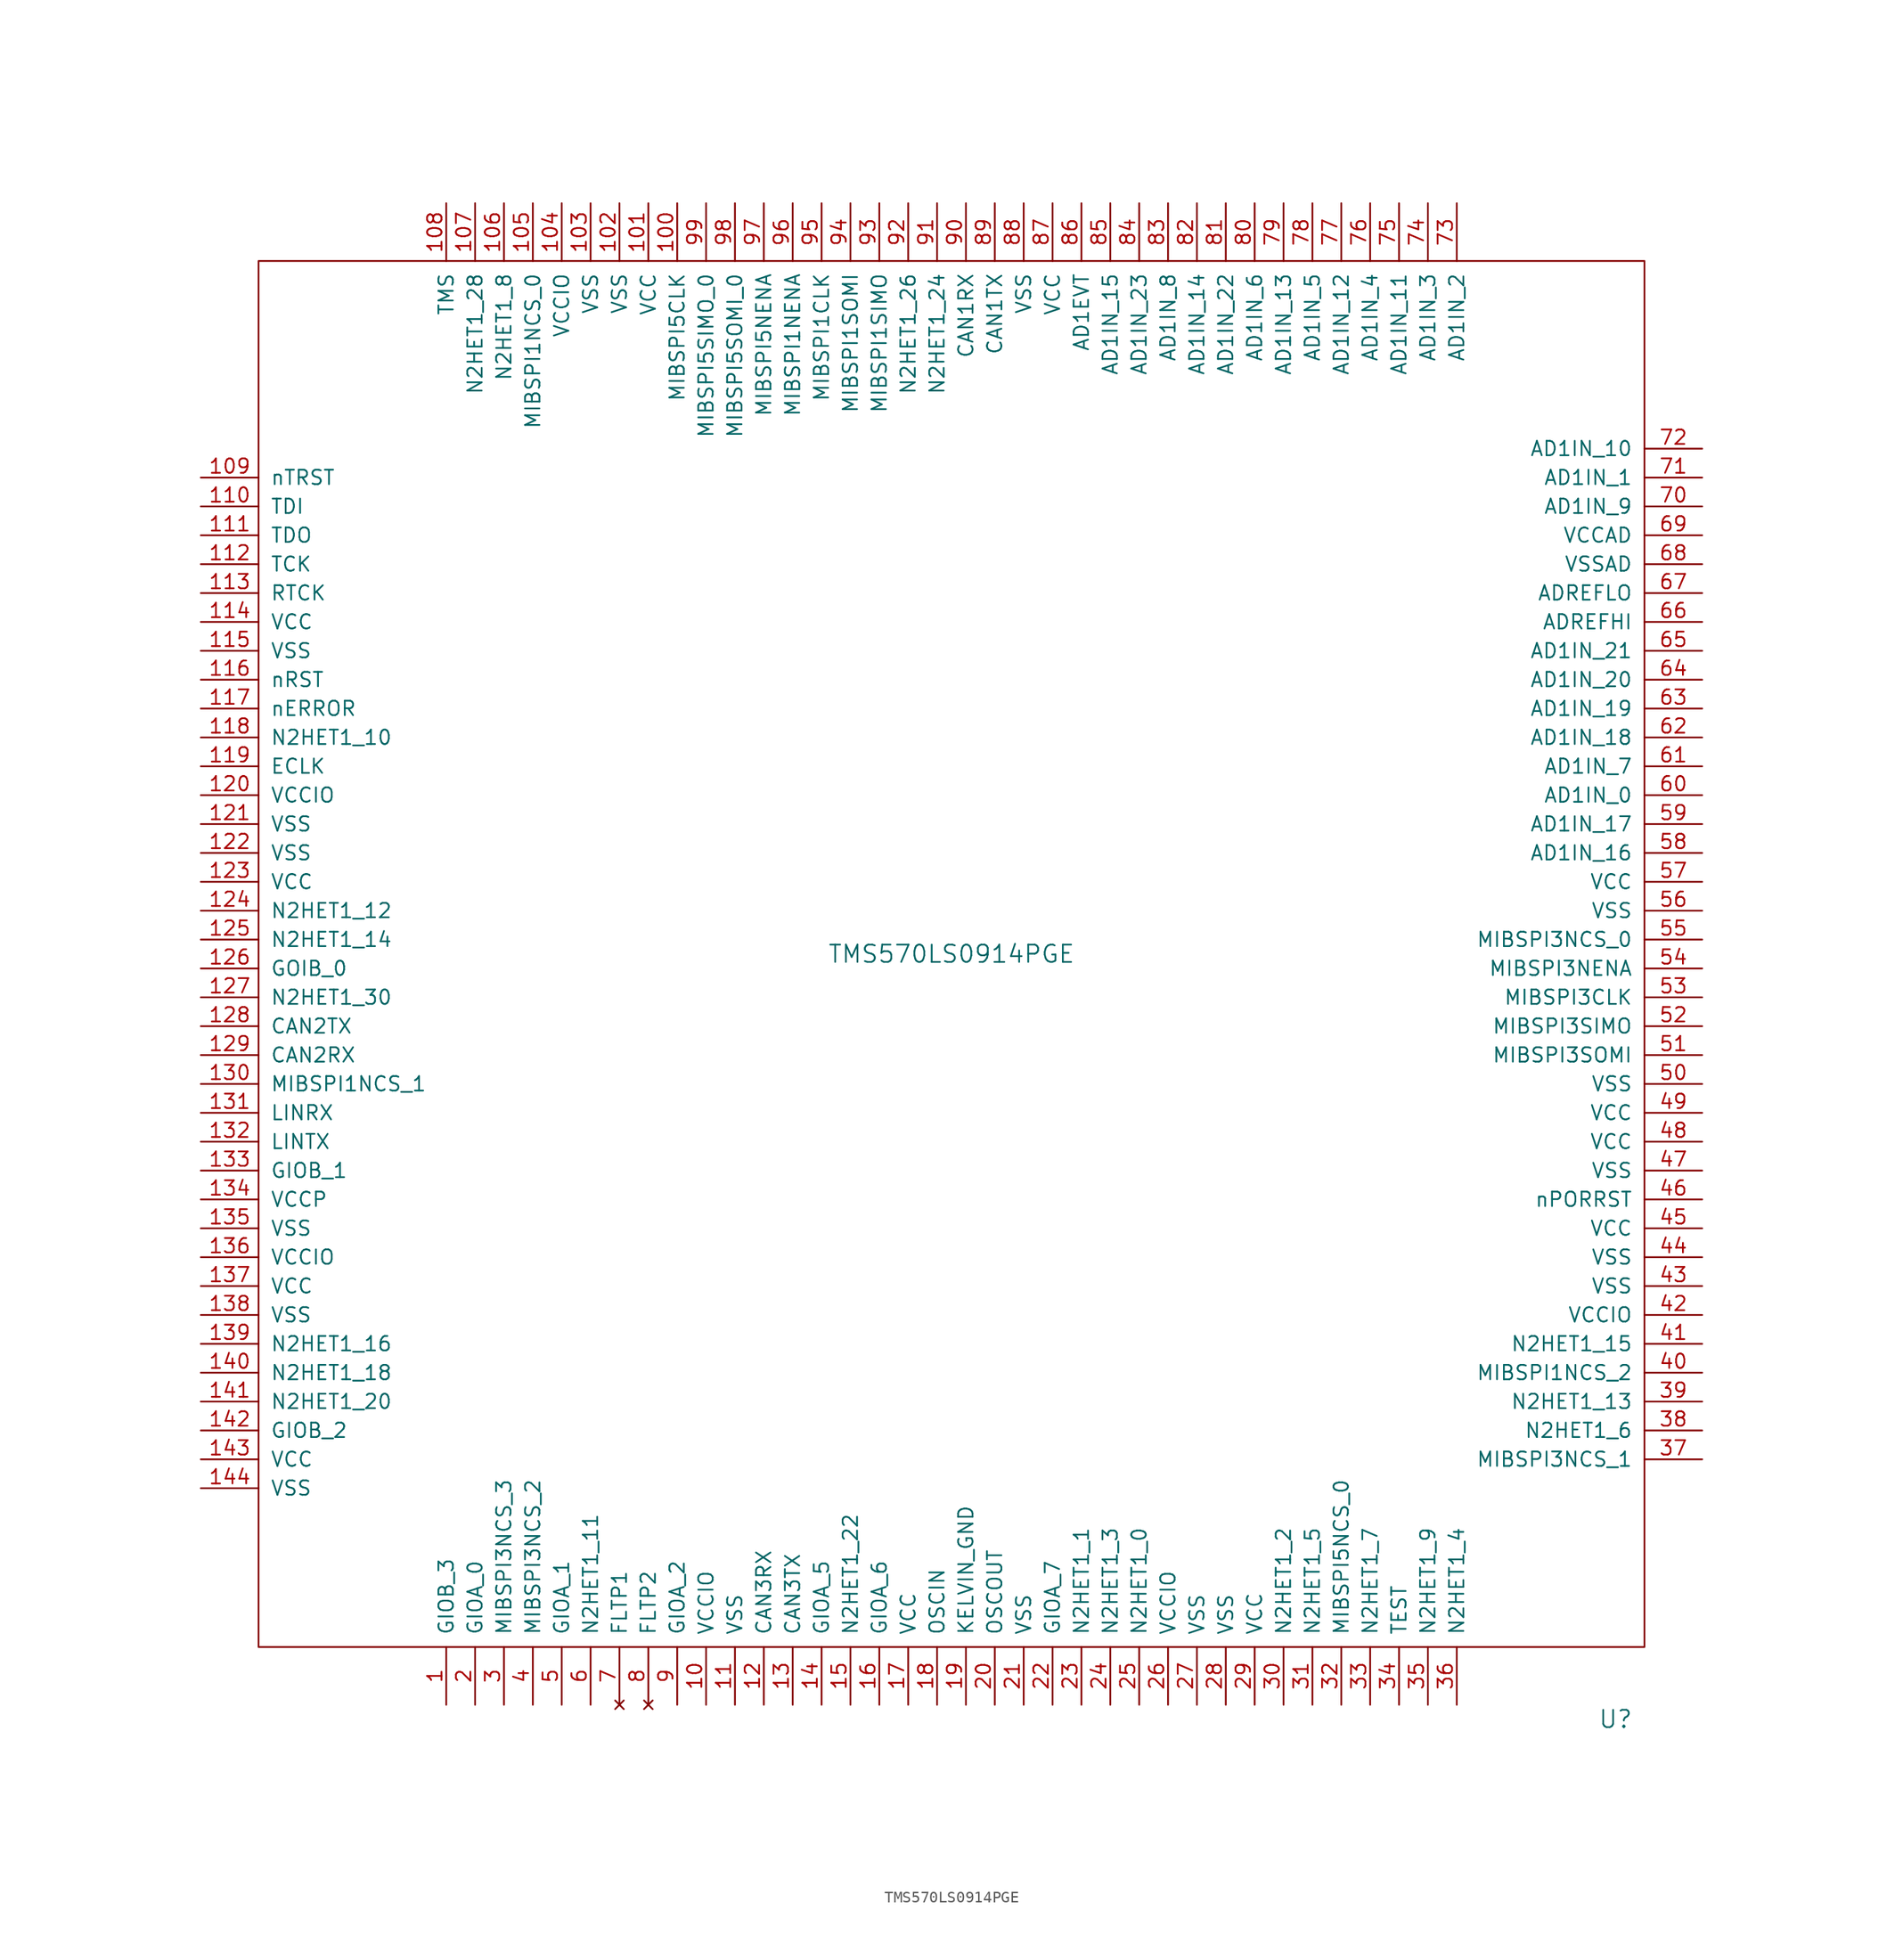
<source format=kicad_sym>
(kicad_symbol_lib
  (version 20220914)
  (generator kicad_symbol_editor)
  (symbol "TMS570LS0914PGE"
    (pin_names
      (offset 1.016))
    (property "Reference" "U"
      (at 58.42 -67.31 0)
      (effects (font (size 1.524 1.524))))
    (property "Value" "TMS570LS0914PGE"
      (at 0 0 0)
      (effects (font (size 1.524 1.524))))
    (symbol "TMS570LS0914PGE_0_1"
      (rectangle (start -60.96 -60.96) (end 60.96 60.96) (stroke (width 0) (type solid)) (fill (type none))))
    (symbol "TMS570LS0914PGE_1_1"
      (pin bidirectional line (at -44.45 -66.04 90) (length 5.08) (name "GIOB_3" (effects (font (size 1.27 1.27)))) (number "1" (effects (font (size 1.27 1.27)))))
      (pin power_in line (at -21.59 -66.04 90) (length 5.08) (name "VCCIO" (effects (font (size 1.27 1.27)))) (number "10" (effects (font (size 1.27 1.27)))))
      (pin bidirectional line (at -24.13 66.04 270) (length 5.08) (name "MIBSPI5CLK" (effects (font (size 1.27 1.27)))) (number "100" (effects (font (size 1.27 1.27)))))
      (pin input line (at -26.67 66.04 270) (length 5.08) (name "VCC" (effects (font (size 1.27 1.27)))) (number "101" (effects (font (size 1.27 1.27)))))
      (pin input line (at -29.21 66.04 270) (length 5.08) (name "VSS" (effects (font (size 1.27 1.27)))) (number "102" (effects (font (size 1.27 1.27)))))
      (pin input line (at -31.75 66.04 270) (length 5.08) (name "VSS" (effects (font (size 1.27 1.27)))) (number "103" (effects (font (size 1.27 1.27)))))
      (pin input line (at -34.29 66.04 270) (length 5.08) (name "VCCIO" (effects (font (size 1.27 1.27)))) (number "104" (effects (font (size 1.27 1.27)))))
      (pin bidirectional line (at -36.83 66.04 270) (length 5.08) (name "MIBSPI1NCS_0" (effects (font (size 1.27 1.27)))) (number "105" (effects (font (size 1.27 1.27)))))
      (pin bidirectional line (at -39.37 66.04 270) (length 5.08) (name "N2HET1_8" (effects (font (size 1.27 1.27)))) (number "106" (effects (font (size 1.27 1.27)))))
      (pin bidirectional line (at -41.91 66.04 270) (length 5.08) (name "N2HET1_28" (effects (font (size 1.27 1.27)))) (number "107" (effects (font (size 1.27 1.27)))))
      (pin input line (at -44.45 66.04 270) (length 5.08) (name "TMS" (effects (font (size 1.27 1.27)))) (number "108" (effects (font (size 1.27 1.27)))))
      (pin input line (at -66.04 41.91 0) (length 5.08) (name "nTRST" (effects (font (size 1.27 1.27)))) (number "109" (effects (font (size 1.27 1.27)))))
      (pin passive line (at -19.05 -66.04 90) (length 5.08) (name "VSS" (effects (font (size 1.27 1.27)))) (number "11" (effects (font (size 1.27 1.27)))))
      (pin input line (at -66.04 39.37 0) (length 5.08) (name "TDI" (effects (font (size 1.27 1.27)))) (number "110" (effects (font (size 1.27 1.27)))))
      (pin output line (at -66.04 36.83 0) (length 5.08) (name "TDO" (effects (font (size 1.27 1.27)))) (number "111" (effects (font (size 1.27 1.27)))))
      (pin input line (at -66.04 34.29 0) (length 5.08) (name "TCK" (effects (font (size 1.27 1.27)))) (number "112" (effects (font (size 1.27 1.27)))))
      (pin output line (at -66.04 31.75 0) (length 5.08) (name "RTCK" (effects (font (size 1.27 1.27)))) (number "113" (effects (font (size 1.27 1.27)))))
      (pin input line (at -66.04 29.21 0) (length 5.08) (name "VCC" (effects (font (size 1.27 1.27)))) (number "114" (effects (font (size 1.27 1.27)))))
      (pin input line (at -66.04 26.67 0) (length 5.08) (name "VSS" (effects (font (size 1.27 1.27)))) (number "115" (effects (font (size 1.27 1.27)))))
      (pin input line (at -66.04 24.13 0) (length 5.08) (name "nRST" (effects (font (size 1.27 1.27)))) (number "116" (effects (font (size 1.27 1.27)))))
      (pin open_collector line (at -66.04 21.59 0) (length 5.08) (name "nERROR" (effects (font (size 1.27 1.27)))) (number "117" (effects (font (size 1.27 1.27)))))
      (pin bidirectional line (at -66.04 19.05 0) (length 5.08) (name "N2HET1_10" (effects (font (size 1.27 1.27)))) (number "118" (effects (font (size 1.27 1.27)))))
      (pin input line (at -66.04 16.51 0) (length 5.08) (name "ECLK" (effects (font (size 1.27 1.27)))) (number "119" (effects (font (size 1.27 1.27)))))
      (pin input line (at -16.51 -66.04 90) (length 5.08) (name "CAN3RX" (effects (font (size 1.27 1.27)))) (number "12" (effects (font (size 1.27 1.27)))))
      (pin input line (at -66.04 13.97 0) (length 5.08) (name "VCCIO" (effects (font (size 1.27 1.27)))) (number "120" (effects (font (size 1.27 1.27)))))
      (pin input line (at -66.04 11.43 0) (length 5.08) (name "VSS" (effects (font (size 1.27 1.27)))) (number "121" (effects (font (size 1.27 1.27)))))
      (pin input line (at -66.04 8.89 0) (length 5.08) (name "VSS" (effects (font (size 1.27 1.27)))) (number "122" (effects (font (size 1.27 1.27)))))
      (pin input line (at -66.04 6.35 0) (length 5.08) (name "VCC" (effects (font (size 1.27 1.27)))) (number "123" (effects (font (size 1.27 1.27)))))
      (pin bidirectional line (at -66.04 3.81 0) (length 5.08) (name "N2HET1_12" (effects (font (size 1.27 1.27)))) (number "124" (effects (font (size 1.27 1.27)))))
      (pin bidirectional line (at -66.04 1.27 0) (length 5.08) (name "N2HET1_14" (effects (font (size 1.27 1.27)))) (number "125" (effects (font (size 1.27 1.27)))))
      (pin bidirectional line (at -66.04 -1.27 0) (length 5.08) (name "GOIB_0" (effects (font (size 1.27 1.27)))) (number "126" (effects (font (size 1.27 1.27)))))
      (pin bidirectional line (at -66.04 -3.81 0) (length 5.08) (name "N2HET1_30" (effects (font (size 1.27 1.27)))) (number "127" (effects (font (size 1.27 1.27)))))
      (pin output line (at -66.04 -6.35 0) (length 5.08) (name "CAN2TX" (effects (font (size 1.27 1.27)))) (number "128" (effects (font (size 1.27 1.27)))))
      (pin input line (at -66.04 -8.89 0) (length 5.08) (name "CAN2RX" (effects (font (size 1.27 1.27)))) (number "129" (effects (font (size 1.27 1.27)))))
      (pin output line (at -13.97 -66.04 90) (length 5.08) (name "CAN3TX" (effects (font (size 1.27 1.27)))) (number "13" (effects (font (size 1.27 1.27)))))
      (pin bidirectional line (at -66.04 -11.43 0) (length 5.08) (name "MIBSPI1NCS_1" (effects (font (size 1.27 1.27)))) (number "130" (effects (font (size 1.27 1.27)))))
      (pin input line (at -66.04 -13.97 0) (length 5.08) (name "LINRX" (effects (font (size 1.27 1.27)))) (number "131" (effects (font (size 1.27 1.27)))))
      (pin output line (at -66.04 -16.51 0) (length 5.08) (name "LINTX" (effects (font (size 1.27 1.27)))) (number "132" (effects (font (size 1.27 1.27)))))
      (pin bidirectional line (at -66.04 -19.05 0) (length 5.08) (name "GIOB_1" (effects (font (size 1.27 1.27)))) (number "133" (effects (font (size 1.27 1.27)))))
      (pin input line (at -66.04 -21.59 0) (length 5.08) (name "VCCP" (effects (font (size 1.27 1.27)))) (number "134" (effects (font (size 1.27 1.27)))))
      (pin input line (at -66.04 -24.13 0) (length 5.08) (name "VSS" (effects (font (size 1.27 1.27)))) (number "135" (effects (font (size 1.27 1.27)))))
      (pin input line (at -66.04 -26.67 0) (length 5.08) (name "VCCIO" (effects (font (size 1.27 1.27)))) (number "136" (effects (font (size 1.27 1.27)))))
      (pin input line (at -66.04 -29.21 0) (length 5.08) (name "VCC" (effects (font (size 1.27 1.27)))) (number "137" (effects (font (size 1.27 1.27)))))
      (pin input line (at -66.04 -31.75 0) (length 5.08) (name "VSS" (effects (font (size 1.27 1.27)))) (number "138" (effects (font (size 1.27 1.27)))))
      (pin bidirectional line (at -66.04 -34.29 0) (length 5.08) (name "N2HET1_16" (effects (font (size 1.27 1.27)))) (number "139" (effects (font (size 1.27 1.27)))))
      (pin bidirectional line (at -11.43 -66.04 90) (length 5.08) (name "GIOA_5" (effects (font (size 1.27 1.27)))) (number "14" (effects (font (size 1.27 1.27)))))
      (pin bidirectional line (at -66.04 -36.83 0) (length 5.08) (name "N2HET1_18" (effects (font (size 1.27 1.27)))) (number "140" (effects (font (size 1.27 1.27)))))
      (pin bidirectional line (at -66.04 -39.37 0) (length 5.08) (name "N2HET1_20" (effects (font (size 1.27 1.27)))) (number "141" (effects (font (size 1.27 1.27)))))
      (pin bidirectional line (at -66.04 -41.91 0) (length 5.08) (name "GIOB_2" (effects (font (size 1.27 1.27)))) (number "142" (effects (font (size 1.27 1.27)))))
      (pin input line (at -66.04 -44.45 0) (length 5.08) (name "VCC" (effects (font (size 1.27 1.27)))) (number "143" (effects (font (size 1.27 1.27)))))
      (pin input line (at -66.04 -46.99 0) (length 5.08) (name "VSS" (effects (font (size 1.27 1.27)))) (number "144" (effects (font (size 1.27 1.27)))))
      (pin bidirectional line (at -8.89 -66.04 90) (length 5.08) (name "N2HET1_22" (effects (font (size 1.27 1.27)))) (number "15" (effects (font (size 1.27 1.27)))))
      (pin bidirectional line (at -6.35 -66.04 90) (length 5.08) (name "GIOA_6" (effects (font (size 1.27 1.27)))) (number "16" (effects (font (size 1.27 1.27)))))
      (pin power_in line (at -3.81 -66.04 90) (length 5.08) (name "VCC" (effects (font (size 1.27 1.27)))) (number "17" (effects (font (size 1.27 1.27)))))
      (pin passive line (at -1.27 -66.04 90) (length 5.08) (name "OSCIN" (effects (font (size 1.27 1.27)))) (number "18" (effects (font (size 1.27 1.27)))))
      (pin passive line (at 1.27 -66.04 90) (length 5.08) (name "KELVIN_GND" (effects (font (size 1.27 1.27)))) (number "19" (effects (font (size 1.27 1.27)))))
      (pin bidirectional line (at -41.91 -66.04 90) (length 5.08) (name "GIOA_0" (effects (font (size 1.27 1.27)))) (number "2" (effects (font (size 1.27 1.27)))))
      (pin passive line (at 3.81 -66.04 90) (length 5.08) (name "OSCOUT" (effects (font (size 1.27 1.27)))) (number "20" (effects (font (size 1.27 1.27)))))
      (pin passive line (at 6.35 -66.04 90) (length 5.08) (name "VSS" (effects (font (size 1.27 1.27)))) (number "21" (effects (font (size 1.27 1.27)))))
      (pin bidirectional line (at 8.89 -66.04 90) (length 5.08) (name "GIOA_7" (effects (font (size 1.27 1.27)))) (number "22" (effects (font (size 1.27 1.27)))))
      (pin bidirectional line (at 11.43 -66.04 90) (length 5.08) (name "N2HET1_1" (effects (font (size 1.27 1.27)))) (number "23" (effects (font (size 1.27 1.27)))))
      (pin bidirectional line (at 13.97 -66.04 90) (length 5.08) (name "N2HET1_3" (effects (font (size 1.27 1.27)))) (number "24" (effects (font (size 1.27 1.27)))))
      (pin bidirectional line (at 16.51 -66.04 90) (length 5.08) (name "N2HET1_0" (effects (font (size 1.27 1.27)))) (number "25" (effects (font (size 1.27 1.27)))))
      (pin power_in line (at 19.05 -66.04 90) (length 5.08) (name "VCCIO" (effects (font (size 1.27 1.27)))) (number "26" (effects (font (size 1.27 1.27)))))
      (pin passive line (at 21.59 -66.04 90) (length 5.08) (name "VSS" (effects (font (size 1.27 1.27)))) (number "27" (effects (font (size 1.27 1.27)))))
      (pin passive line (at 24.13 -66.04 90) (length 5.08) (name "VSS" (effects (font (size 1.27 1.27)))) (number "28" (effects (font (size 1.27 1.27)))))
      (pin power_in line (at 26.67 -66.04 90) (length 5.08) (name "VCC" (effects (font (size 1.27 1.27)))) (number "29" (effects (font (size 1.27 1.27)))))
      (pin bidirectional line (at -39.37 -66.04 90) (length 5.08) (name "MIBSPI3NCS_3" (effects (font (size 1.27 1.27)))) (number "3" (effects (font (size 1.27 1.27)))))
      (pin bidirectional line (at 29.21 -66.04 90) (length 5.08) (name "N2HET1_2" (effects (font (size 1.27 1.27)))) (number "30" (effects (font (size 1.27 1.27)))))
      (pin bidirectional line (at 31.75 -66.04 90) (length 5.08) (name "N2HET1_5" (effects (font (size 1.27 1.27)))) (number "31" (effects (font (size 1.27 1.27)))))
      (pin bidirectional line (at 34.29 -66.04 90) (length 5.08) (name "MIBSPI5NCS_0" (effects (font (size 1.27 1.27)))) (number "32" (effects (font (size 1.27 1.27)))))
      (pin bidirectional line (at 36.83 -66.04 90) (length 5.08) (name "N2HET1_7" (effects (font (size 1.27 1.27)))) (number "33" (effects (font (size 1.27 1.27)))))
      (pin input line (at 39.37 -66.04 90) (length 5.08) (name "TEST" (effects (font (size 1.27 1.27)))) (number "34" (effects (font (size 1.27 1.27)))))
      (pin bidirectional line (at 41.91 -66.04 90) (length 5.08) (name "N2HET1_9" (effects (font (size 1.27 1.27)))) (number "35" (effects (font (size 1.27 1.27)))))
      (pin bidirectional line (at 44.45 -66.04 90) (length 5.08) (name "N2HET1_4" (effects (font (size 1.27 1.27)))) (number "36" (effects (font (size 1.27 1.27)))))
      (pin bidirectional line (at 66.04 -44.45 180) (length 5.08) (name "MIBSPI3NCS_1" (effects (font (size 1.27 1.27)))) (number "37" (effects (font (size 1.27 1.27)))))
      (pin bidirectional line (at 66.04 -41.91 180) (length 5.08) (name "N2HET1_6" (effects (font (size 1.27 1.27)))) (number "38" (effects (font (size 1.27 1.27)))))
      (pin bidirectional line (at 66.04 -39.37 180) (length 5.08) (name "N2HET1_13" (effects (font (size 1.27 1.27)))) (number "39" (effects (font (size 1.27 1.27)))))
      (pin bidirectional line (at -36.83 -66.04 90) (length 5.08) (name "MIBSPI3NCS_2" (effects (font (size 1.27 1.27)))) (number "4" (effects (font (size 1.27 1.27)))))
      (pin bidirectional line (at 66.04 -36.83 180) (length 5.08) (name "MIBSPI1NCS_2" (effects (font (size 1.27 1.27)))) (number "40" (effects (font (size 1.27 1.27)))))
      (pin bidirectional line (at 66.04 -34.29 180) (length 5.08) (name "N2HET1_15" (effects (font (size 1.27 1.27)))) (number "41" (effects (font (size 1.27 1.27)))))
      (pin power_in line (at 66.04 -31.75 180) (length 5.08) (name "VCCIO" (effects (font (size 1.27 1.27)))) (number "42" (effects (font (size 1.27 1.27)))))
      (pin input line (at 66.04 -29.21 180) (length 5.08) (name "VSS" (effects (font (size 1.27 1.27)))) (number "43" (effects (font (size 1.27 1.27)))))
      (pin input line (at 66.04 -26.67 180) (length 5.08) (name "VSS" (effects (font (size 1.27 1.27)))) (number "44" (effects (font (size 1.27 1.27)))))
      (pin input line (at 66.04 -24.13 180) (length 5.08) (name "VCC" (effects (font (size 1.27 1.27)))) (number "45" (effects (font (size 1.27 1.27)))))
      (pin input line (at 66.04 -21.59 180) (length 5.08) (name "nPORRST" (effects (font (size 1.27 1.27)))) (number "46" (effects (font (size 1.27 1.27)))))
      (pin input line (at 66.04 -19.05 180) (length 5.08) (name "VSS" (effects (font (size 1.27 1.27)))) (number "47" (effects (font (size 1.27 1.27)))))
      (pin input line (at 66.04 -16.51 180) (length 5.08) (name "VCC" (effects (font (size 1.27 1.27)))) (number "48" (effects (font (size 1.27 1.27)))))
      (pin input line (at 66.04 -13.97 180) (length 5.08) (name "VCC" (effects (font (size 1.27 1.27)))) (number "49" (effects (font (size 1.27 1.27)))))
      (pin bidirectional line (at -34.29 -66.04 90) (length 5.08) (name "GIOA_1" (effects (font (size 1.27 1.27)))) (number "5" (effects (font (size 1.27 1.27)))))
      (pin input line (at 66.04 -11.43 180) (length 5.08) (name "VSS" (effects (font (size 1.27 1.27)))) (number "50" (effects (font (size 1.27 1.27)))))
      (pin bidirectional line (at 66.04 -8.89 180) (length 5.08) (name "MIBSPI3SOMI" (effects (font (size 1.27 1.27)))) (number "51" (effects (font (size 1.27 1.27)))))
      (pin bidirectional line (at 66.04 -6.35 180) (length 5.08) (name "MIBSPI3SIMO" (effects (font (size 1.27 1.27)))) (number "52" (effects (font (size 1.27 1.27)))))
      (pin bidirectional line (at 66.04 -3.81 180) (length 5.08) (name "MIBSPI3CLK" (effects (font (size 1.27 1.27)))) (number "53" (effects (font (size 1.27 1.27)))))
      (pin bidirectional line (at 66.04 -1.27 180) (length 5.08) (name "MIBSPI3NENA" (effects (font (size 1.27 1.27)))) (number "54" (effects (font (size 1.27 1.27)))))
      (pin bidirectional line (at 66.04 1.27 180) (length 5.08) (name "MIBSPI3NCS_0" (effects (font (size 1.27 1.27)))) (number "55" (effects (font (size 1.27 1.27)))))
      (pin input line (at 66.04 3.81 180) (length 5.08) (name "VSS" (effects (font (size 1.27 1.27)))) (number "56" (effects (font (size 1.27 1.27)))))
      (pin input line (at 66.04 6.35 180) (length 5.08) (name "VCC" (effects (font (size 1.27 1.27)))) (number "57" (effects (font (size 1.27 1.27)))))
      (pin bidirectional line (at 66.04 8.89 180) (length 5.08) (name "AD1IN_16" (effects (font (size 1.27 1.27)))) (number "58" (effects (font (size 1.27 1.27)))))
      (pin bidirectional line (at 66.04 11.43 180) (length 5.08) (name "AD1IN_17" (effects (font (size 1.27 1.27)))) (number "59" (effects (font (size 1.27 1.27)))))
      (pin bidirectional line (at -31.75 -66.04 90) (length 5.08) (name "N2HET1_11" (effects (font (size 1.27 1.27)))) (number "6" (effects (font (size 1.27 1.27)))))
      (pin bidirectional line (at 66.04 13.97 180) (length 5.08) (name "AD1IN_0" (effects (font (size 1.27 1.27)))) (number "60" (effects (font (size 1.27 1.27)))))
      (pin bidirectional line (at 66.04 16.51 180) (length 5.08) (name "AD1IN_7" (effects (font (size 1.27 1.27)))) (number "61" (effects (font (size 1.27 1.27)))))
      (pin bidirectional line (at 66.04 19.05 180) (length 5.08) (name "AD1IN_18" (effects (font (size 1.27 1.27)))) (number "62" (effects (font (size 1.27 1.27)))))
      (pin bidirectional line (at 66.04 21.59 180) (length 5.08) (name "AD1IN_19" (effects (font (size 1.27 1.27)))) (number "63" (effects (font (size 1.27 1.27)))))
      (pin bidirectional line (at 66.04 24.13 180) (length 5.08) (name "AD1IN_20" (effects (font (size 1.27 1.27)))) (number "64" (effects (font (size 1.27 1.27)))))
      (pin bidirectional line (at 66.04 26.67 180) (length 5.08) (name "AD1IN_21" (effects (font (size 1.27 1.27)))) (number "65" (effects (font (size 1.27 1.27)))))
      (pin input line (at 66.04 29.21 180) (length 5.08) (name "ADREFHI" (effects (font (size 1.27 1.27)))) (number "66" (effects (font (size 1.27 1.27)))))
      (pin input line (at 66.04 31.75 180) (length 5.08) (name "ADREFLO" (effects (font (size 1.27 1.27)))) (number "67" (effects (font (size 1.27 1.27)))))
      (pin input line (at 66.04 34.29 180) (length 5.08) (name "VSSAD" (effects (font (size 1.27 1.27)))) (number "68" (effects (font (size 1.27 1.27)))))
      (pin input line (at 66.04 36.83 180) (length 5.08) (name "VCCAD" (effects (font (size 1.27 1.27)))) (number "69" (effects (font (size 1.27 1.27)))))
      (pin no_connect line (at -29.21 -66.04 90) (length 5.08) (name "FLTP1" (effects (font (size 1.27 1.27)))) (number "7" (effects (font (size 1.27 1.27)))))
      (pin bidirectional line (at 66.04 39.37 180) (length 5.08) (name "AD1IN_9" (effects (font (size 1.27 1.27)))) (number "70" (effects (font (size 1.27 1.27)))))
      (pin bidirectional line (at 66.04 41.91 180) (length 5.08) (name "AD1IN_1" (effects (font (size 1.27 1.27)))) (number "71" (effects (font (size 1.27 1.27)))))
      (pin bidirectional line (at 66.04 44.45 180) (length 5.08) (name "AD1IN_10" (effects (font (size 1.27 1.27)))) (number "72" (effects (font (size 1.27 1.27)))))
      (pin bidirectional line (at 44.45 66.04 270) (length 5.08) (name "AD1IN_2" (effects (font (size 1.27 1.27)))) (number "73" (effects (font (size 1.27 1.27)))))
      (pin bidirectional line (at 41.91 66.04 270) (length 5.08) (name "AD1IN_3" (effects (font (size 1.27 1.27)))) (number "74" (effects (font (size 1.27 1.27)))))
      (pin bidirectional line (at 39.37 66.04 270) (length 5.08) (name "AD1IN_11" (effects (font (size 1.27 1.27)))) (number "75" (effects (font (size 1.27 1.27)))))
      (pin bidirectional line (at 36.83 66.04 270) (length 5.08) (name "AD1IN_4" (effects (font (size 1.27 1.27)))) (number "76" (effects (font (size 1.27 1.27)))))
      (pin bidirectional line (at 34.29 66.04 270) (length 5.08) (name "AD1IN_12" (effects (font (size 1.27 1.27)))) (number "77" (effects (font (size 1.27 1.27)))))
      (pin bidirectional line (at 31.75 66.04 270) (length 5.08) (name "AD1IN_5" (effects (font (size 1.27 1.27)))) (number "78" (effects (font (size 1.27 1.27)))))
      (pin bidirectional line (at 29.21 66.04 270) (length 5.08) (name "AD1IN_13" (effects (font (size 1.27 1.27)))) (number "79" (effects (font (size 1.27 1.27)))))
      (pin no_connect line (at -26.67 -66.04 90) (length 5.08) (name "FLTP2" (effects (font (size 1.27 1.27)))) (number "8" (effects (font (size 1.27 1.27)))))
      (pin bidirectional line (at 26.67 66.04 270) (length 5.08) (name "AD1IN_6" (effects (font (size 1.27 1.27)))) (number "80" (effects (font (size 1.27 1.27)))))
      (pin bidirectional line (at 24.13 66.04 270) (length 5.08) (name "AD1IN_22" (effects (font (size 1.27 1.27)))) (number "81" (effects (font (size 1.27 1.27)))))
      (pin bidirectional line (at 21.59 66.04 270) (length 5.08) (name "AD1IN_14" (effects (font (size 1.27 1.27)))) (number "82" (effects (font (size 1.27 1.27)))))
      (pin bidirectional line (at 19.05 66.04 270) (length 5.08) (name "AD1IN_8" (effects (font (size 1.27 1.27)))) (number "83" (effects (font (size 1.27 1.27)))))
      (pin bidirectional line (at 16.51 66.04 270) (length 5.08) (name "AD1IN_23" (effects (font (size 1.27 1.27)))) (number "84" (effects (font (size 1.27 1.27)))))
      (pin bidirectional line (at 13.97 66.04 270) (length 5.08) (name "AD1IN_15" (effects (font (size 1.27 1.27)))) (number "85" (effects (font (size 1.27 1.27)))))
      (pin bidirectional line (at 11.43 66.04 270) (length 5.08) (name "AD1EVT" (effects (font (size 1.27 1.27)))) (number "86" (effects (font (size 1.27 1.27)))))
      (pin input line (at 8.89 66.04 270) (length 5.08) (name "VCC" (effects (font (size 1.27 1.27)))) (number "87" (effects (font (size 1.27 1.27)))))
      (pin input line (at 6.35 66.04 270) (length 5.08) (name "VSS" (effects (font (size 1.27 1.27)))) (number "88" (effects (font (size 1.27 1.27)))))
      (pin output line (at 3.81 66.04 270) (length 5.08) (name "CAN1TX" (effects (font (size 1.27 1.27)))) (number "89" (effects (font (size 1.27 1.27)))))
      (pin bidirectional line (at -24.13 -66.04 90) (length 5.08) (name "GIOA_2" (effects (font (size 1.27 1.27)))) (number "9" (effects (font (size 1.27 1.27)))))
      (pin input line (at 1.27 66.04 270) (length 5.08) (name "CAN1RX" (effects (font (size 1.27 1.27)))) (number "90" (effects (font (size 1.27 1.27)))))
      (pin bidirectional line (at -1.27 66.04 270) (length 5.08) (name "N2HET1_24" (effects (font (size 1.27 1.27)))) (number "91" (effects (font (size 1.27 1.27)))))
      (pin bidirectional line (at -3.81 66.04 270) (length 5.08) (name "N2HET1_26" (effects (font (size 1.27 1.27)))) (number "92" (effects (font (size 1.27 1.27)))))
      (pin bidirectional line (at -6.35 66.04 270) (length 5.08) (name "MIBSPI1SIMO" (effects (font (size 1.27 1.27)))) (number "93" (effects (font (size 1.27 1.27)))))
      (pin bidirectional line (at -8.89 66.04 270) (length 5.08) (name "MIBSPI1SOMI" (effects (font (size 1.27 1.27)))) (number "94" (effects (font (size 1.27 1.27)))))
      (pin bidirectional line (at -11.43 66.04 270) (length 5.08) (name "MIBSPI1CLK" (effects (font (size 1.27 1.27)))) (number "95" (effects (font (size 1.27 1.27)))))
      (pin bidirectional line (at -13.97 66.04 270) (length 5.08) (name "MIBSPI1NENA" (effects (font (size 1.27 1.27)))) (number "96" (effects (font (size 1.27 1.27)))))
      (pin bidirectional line (at -16.51 66.04 270) (length 5.08) (name "MIBSPI5NENA" (effects (font (size 1.27 1.27)))) (number "97" (effects (font (size 1.27 1.27)))))
      (pin bidirectional line (at -19.05 66.04 270) (length 5.08) (name "MIBSPI5SOMI_0" (effects (font (size 1.27 1.27)))) (number "98" (effects (font (size 1.27 1.27)))))
      (pin bidirectional line (at -21.59 66.04 270) (length 5.08) (name "MIBSPI5SIMO_0" (effects (font (size 1.27 1.27)))) (number "99" (effects (font (size 1.27 1.27))))))))
</source>
